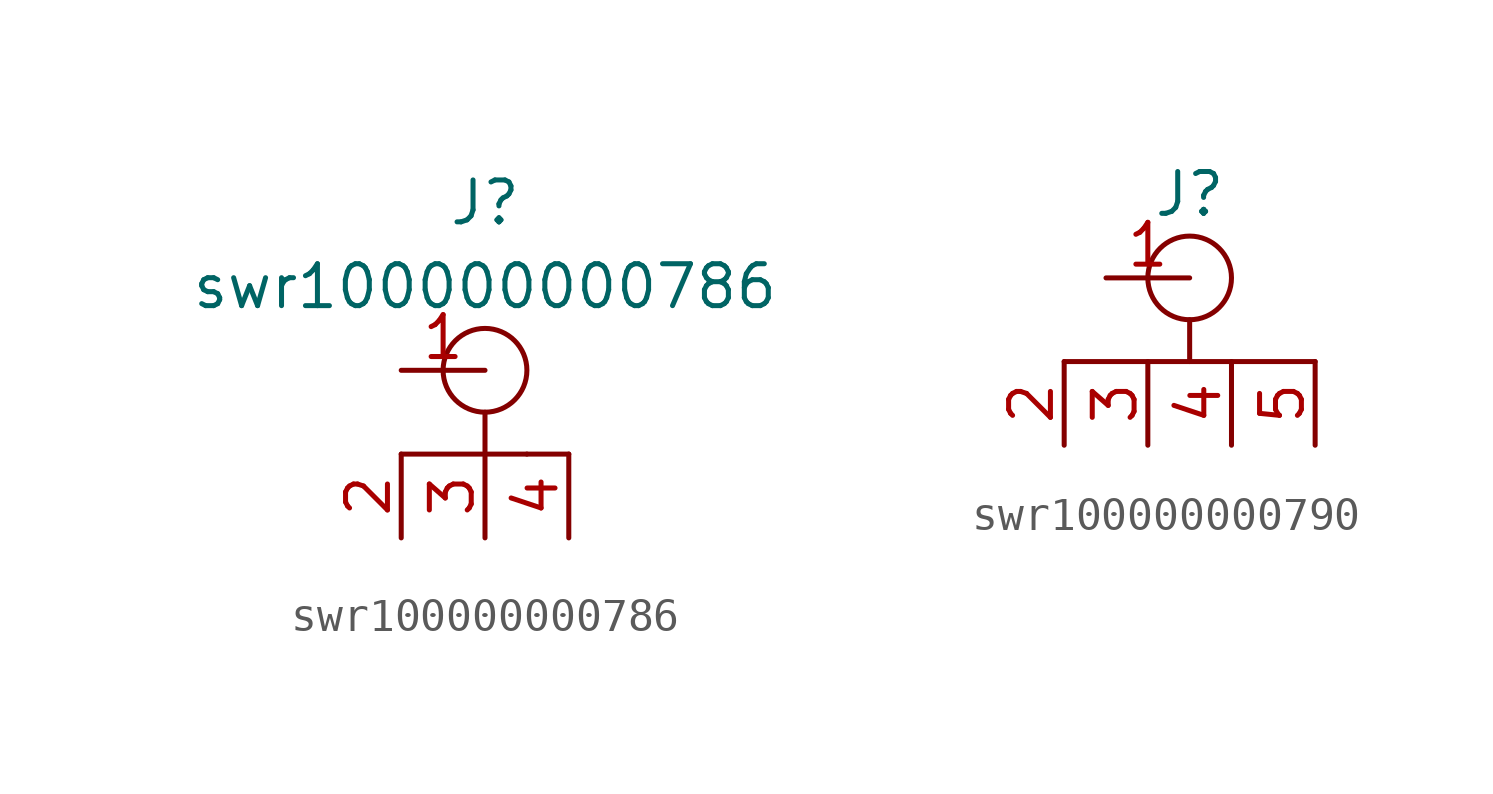
<source format=kicad_sym>
(kicad_symbol_lib
  (version 20220914)
  (generator kicad_symbol_editor)
  (symbol "swr100000000786"
    (pin_names
      (offset 1.016))
    (property "Reference" "J"
      (at 0 5.08 0)
      (effects (font (size 1.27 1.27))))
    (property "Value" "swr100000000786"
      (at 0 2.54 0)
      (effects (font (size 1.27 1.27))))
    (symbol "swr100000000786_0_1"
      (polyline (pts (xy -2.54 -2.54) (xy 1.27 -2.54)) (stroke (width 0) (type default)) (fill (type none)))
      (polyline (pts (xy 0 -1.27) (xy 0 -2.54)) (stroke (width 0) (type default)) (fill (type none)))
      (polyline (pts (xy 1.27 -2.54) (xy 2.54 -2.54)) (stroke (width 0) (type default)) (fill (type none)))
      (circle (center 0 0) (radius 1.27) (stroke (width 0) (type default)) (fill (type none))))
    (symbol "swr100000000786_1_1"
      (pin unspecified line (at -2.54 0 0) (length 2.54) (name "~" (effects (font (size 1.27 1.27)))) (number "1" (effects (font (size 1.27 1.27)))))
      (pin unspecified line (at -2.54 -5.08 90) (length 2.54) (name "~" (effects (font (size 1.27 1.27)))) (number "2" (effects (font (size 1.27 1.27)))))
      (pin unspecified line (at 0 -5.08 90) (length 2.54) (name "~" (effects (font (size 1.27 1.27)))) (number "3" (effects (font (size 1.27 1.27)))))
      (pin unspecified line (at 2.54 -5.08 90) (length 2.54) (name "~" (effects (font (size 1.27 1.27)))) (number "4" (effects (font (size 1.27 1.27)))))))
  (symbol "swr100000000790"
    (property "Reference" "J"
      (at 0 1.27 0)
      (effects (font (size 1.27 1.27))))
    (symbol "swr100000000790_0_1"
      (circle (center 0 -1.27) (radius 1.27) (stroke (width 0) (type default)) (fill (type none)))
      (polyline (pts (xy -3.81 -3.81) (xy 3.81 -3.81)) (stroke (width 0) (type default)) (fill (type none)))
      (polyline (pts (xy 0 -2.54) (xy 0 -3.81)) (stroke (width 0) (type default)) (fill (type none))))
    (symbol "swr100000000790_1_1"
      (pin unspecified line (at -2.54 -1.27 0) (length 2.54) (name "~" (effects (font (size 1.27 1.27)))) (number "1" (effects (font (size 1.27 1.27)))))
      (pin unspecified line (at -3.81 -6.35 90) (length 2.54) (name "~" (effects (font (size 1.27 1.27)))) (number "2" (effects (font (size 1.27 1.27)))))
      (pin unspecified line (at -1.27 -6.35 90) (length 2.54) (name "~" (effects (font (size 1.27 1.27)))) (number "3" (effects (font (size 1.27 1.27)))))
      (pin unspecified line (at 1.27 -6.35 90) (length 2.54) (name "~" (effects (font (size 1.27 1.27)))) (number "4" (effects (font (size 1.27 1.27)))))
      (pin unspecified line (at 3.81 -6.35 90) (length 2.54) (name "~" (effects (font (size 1.27 1.27)))) (number "5" (effects (font (size 1.27 1.27))))))))
</source>
